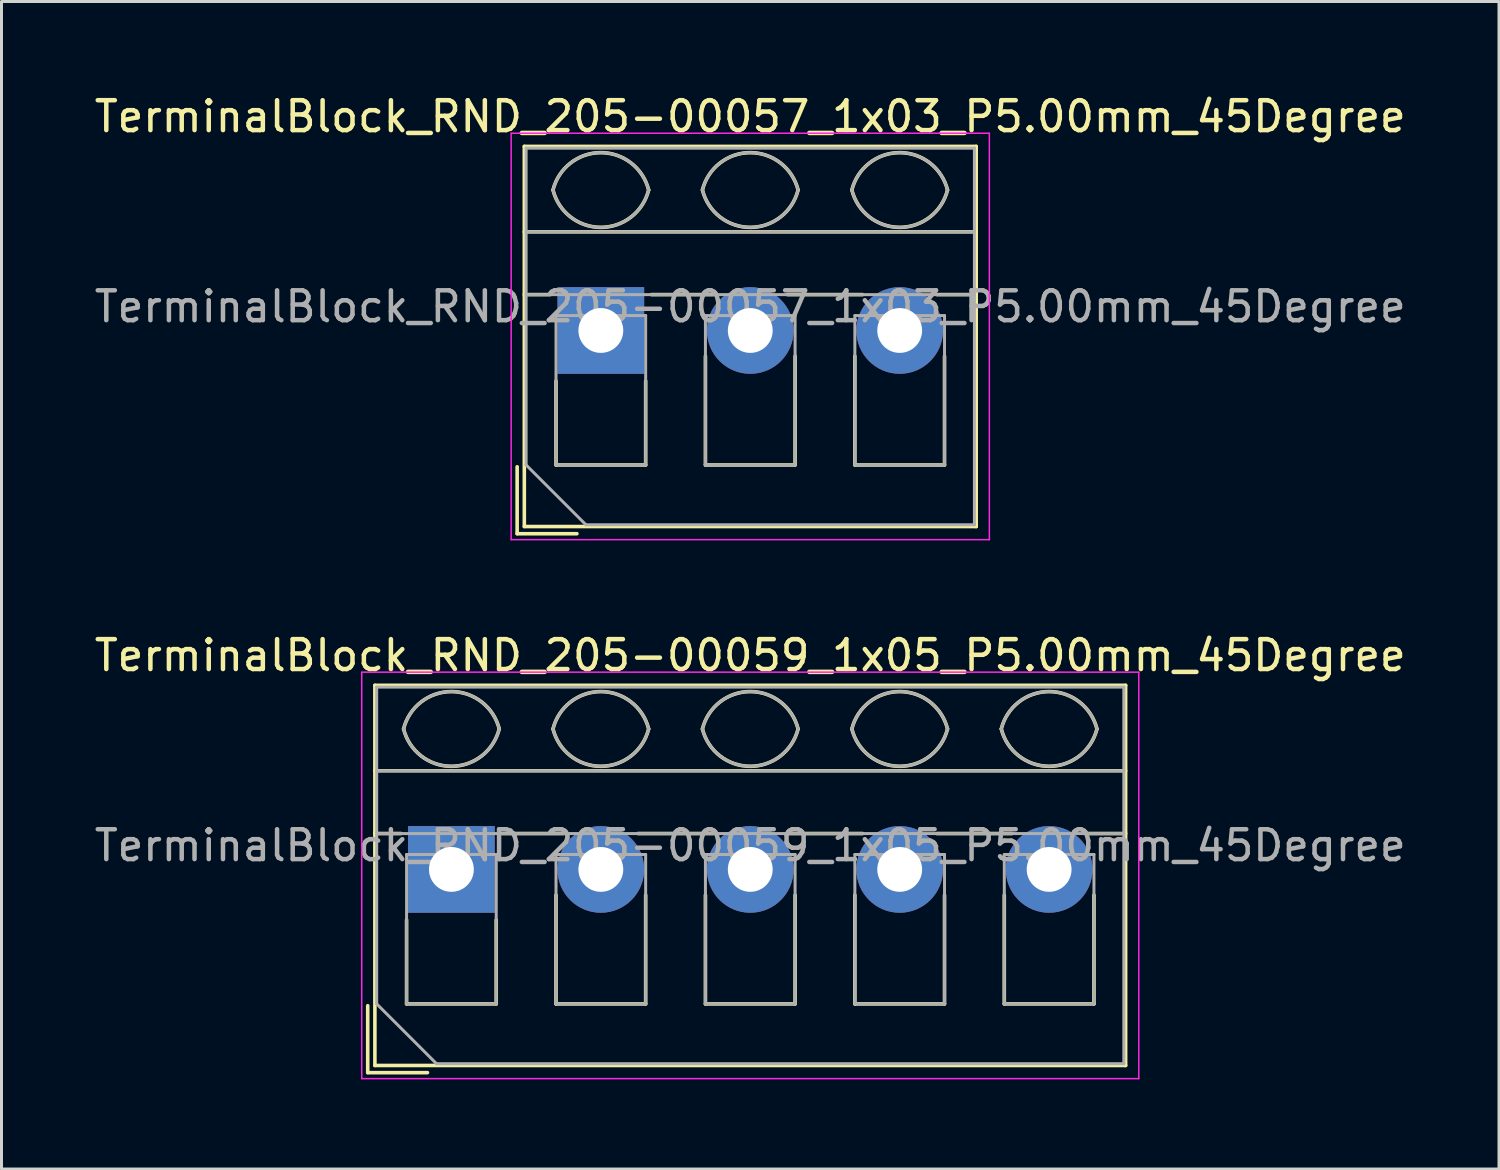
<source format=kicad_pcb>
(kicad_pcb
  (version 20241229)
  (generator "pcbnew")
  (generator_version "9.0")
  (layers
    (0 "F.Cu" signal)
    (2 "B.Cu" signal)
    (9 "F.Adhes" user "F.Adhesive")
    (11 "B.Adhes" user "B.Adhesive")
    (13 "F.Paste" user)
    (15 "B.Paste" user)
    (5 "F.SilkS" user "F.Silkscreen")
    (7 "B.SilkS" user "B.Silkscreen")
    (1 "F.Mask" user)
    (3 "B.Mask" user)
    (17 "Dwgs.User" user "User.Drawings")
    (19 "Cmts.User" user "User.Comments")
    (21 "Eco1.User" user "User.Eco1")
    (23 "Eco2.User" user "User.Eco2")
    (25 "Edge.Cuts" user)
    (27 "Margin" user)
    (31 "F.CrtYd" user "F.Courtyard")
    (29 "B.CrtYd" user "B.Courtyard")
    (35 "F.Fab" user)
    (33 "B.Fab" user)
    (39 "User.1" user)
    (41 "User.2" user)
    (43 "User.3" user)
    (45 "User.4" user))
  (footprint "TerminalBlock_RND_205-00057_1x03_P5.00mm_45Degree"
    (layer "F.Cu")
    (at 17.054 8.008)
    (property "Reference" "TerminalBlock_RND_205-00057_1x03_P5.00mm_45Degree" (at 5 -7.16 0) (layer "F.SilkS") (effects (font (size 1 1) (thickness 0.15))))
    (attr through_hole)
    (fp_line (start -2.8 4.56) (end -2.8 6.8) (stroke (width 0.12) (type solid)) (layer "F.SilkS"))
    (fp_line (start -2.8 6.8) (end -0.8 6.8) (stroke (width 0.12) (type solid)) (layer "F.SilkS"))
    (fp_line (start -2.56 -6.16) (end -2.56 6.56) (stroke (width 0.12) (type solid)) (layer "F.SilkS"))
    (fp_line (start -2.56 -6.16) (end 12.56 -6.16) (stroke (width 0.12) (type solid)) (layer "F.SilkS"))
    (fp_line (start -2.56 -3.301) (end 12.56 -3.301) (stroke (width 0.12) (type solid)) (layer "F.SilkS"))
    (fp_line (start -2.56 -1.201) (end -1.69 -1.201) (stroke (width 0.12) (type solid)) (layer "F.SilkS"))
    (fp_line (start -2.56 6.56) (end 12.56 6.56) (stroke (width 0.12) (type solid)) (layer "F.SilkS"))
    (fp_line (start -1.5 1.69) (end -1.5 4.5) (stroke (width 0.12) (type solid)) (layer "F.SilkS"))
    (fp_line (start -1.5 4.5) (end 1.5 4.5) (stroke (width 0.12) (type solid)) (layer "F.SilkS"))
    (fp_line (start 1.5 1.69) (end 1.5 4.5) (stroke (width 0.12) (type solid)) (layer "F.SilkS"))
    (fp_line (start 1.69 -1.201) (end 3.758 -1.201) (stroke (width 0.12) (type solid)) (layer "F.SilkS"))
    (fp_line (start 3.5 0.86) (end 3.5 4.5) (stroke (width 0.12) (type solid)) (layer "F.SilkS"))
    (fp_line (start 3.5 4.5) (end 6.5 4.5) (stroke (width 0.12) (type solid)) (layer "F.SilkS"))
    (fp_line (start 6.243 -1.201) (end 8.758 -1.201) (stroke (width 0.12) (type solid)) (layer "F.SilkS"))
    (fp_line (start 6.5 0.86) (end 6.5 4.5) (stroke (width 0.12) (type solid)) (layer "F.SilkS"))
    (fp_line (start 8.5 0.86) (end 8.5 4.5) (stroke (width 0.12) (type solid)) (layer "F.SilkS"))
    (fp_line (start 8.5 4.5) (end 11.5 4.5) (stroke (width 0.12) (type solid)) (layer "F.SilkS"))
    (fp_line (start 11.243 -1.201) (end 12.56 -1.201) (stroke (width 0.12) (type solid)) (layer "F.SilkS"))
    (fp_line (start 11.5 0.86) (end 11.5 4.5) (stroke (width 0.12) (type solid)) (layer "F.SilkS"))
    (fp_line (start 12.56 -6.16) (end 12.56 6.56) (stroke (width 0.12) (type solid)) (layer "F.SilkS"))
    (fp_arc (start -1.600914 -4.700344) (mid 0.000177 -5.95097) (end 1.601 -4.7) (stroke (width 0.12) (type solid)) (layer "F.SilkS"))
    (fp_arc (start 1.6 -4.7) (mid -0.000064 -3.45) (end -1.600031 -4.700125) (stroke (width 0.12) (type solid)) (layer "F.SilkS"))
    (fp_arc (start 3.399086 -4.700344) (mid 5.000177 -5.95097) (end 6.601 -4.7) (stroke (width 0.12) (type solid)) (layer "F.SilkS"))
    (fp_arc (start 6.6 -4.7) (mid 4.999936 -3.45) (end 3.399969 -4.700125) (stroke (width 0.12) (type solid)) (layer "F.SilkS"))
    (fp_arc (start 8.399086 -4.700344) (mid 10.000177 -5.95097) (end 11.601 -4.7) (stroke (width 0.12) (type solid)) (layer "F.SilkS"))
    (fp_arc (start 11.6 -4.7) (mid 9.999936 -3.45) (end 8.399969 -4.700125) (stroke (width 0.12) (type solid)) (layer "F.SilkS"))
    (fp_line (start -3 -6.6) (end -3 7) (stroke (width 0.05) (type solid)) (layer "F.CrtYd"))
    (fp_line (start -3 7) (end 13 7) (stroke (width 0.05) (type solid)) (layer "F.CrtYd"))
    (fp_line (start 13 -6.6) (end -3 -6.6) (stroke (width 0.05) (type solid)) (layer "F.CrtYd"))
    (fp_line (start 13 7) (end 13 -6.6) (stroke (width 0.05) (type solid)) (layer "F.CrtYd"))
    (fp_line (start -2.5 -6.1) (end 12.5 -6.1) (stroke (width 0.1) (type solid)) (layer "F.Fab"))
    (fp_line (start -2.5 -3.3) (end 12.5 -3.3) (stroke (width 0.1) (type solid)) (layer "F.Fab"))
    (fp_line (start -2.5 -1.2) (end 12.5 -1.2) (stroke (width 0.1) (type solid)) (layer "F.Fab"))
    (fp_line (start -2.5 4.5) (end -2.5 -6.1) (stroke (width 0.1) (type solid)) (layer "F.Fab"))
    (fp_line (start -1.5 -0.5) (end -1.5 4.5) (stroke (width 0.1) (type solid)) (layer "F.Fab"))
    (fp_line (start -1.5 4.5) (end 1.5 4.5) (stroke (width 0.1) (type solid)) (layer "F.Fab"))
    (fp_line (start -0.5 6.5) (end -2.5 4.5) (stroke (width 0.1) (type solid)) (layer "F.Fab"))
    (fp_line (start 1.5 -0.5) (end -1.5 -0.5) (stroke (width 0.1) (type solid)) (layer "F.Fab"))
    (fp_line (start 1.5 4.5) (end 1.5 -0.5) (stroke (width 0.1) (type solid)) (layer "F.Fab"))
    (fp_line (start 3.5 -0.5) (end 3.5 4.5) (stroke (width 0.1) (type solid)) (layer "F.Fab"))
    (fp_line (start 3.5 4.5) (end 6.5 4.5) (stroke (width 0.1) (type solid)) (layer "F.Fab"))
    (fp_line (start 6.5 -0.5) (end 3.5 -0.5) (stroke (width 0.1) (type solid)) (layer "F.Fab"))
    (fp_line (start 6.5 4.5) (end 6.5 -0.5) (stroke (width 0.1) (type solid)) (layer "F.Fab"))
    (fp_line (start 8.5 -0.5) (end 8.5 4.5) (stroke (width 0.1) (type solid)) (layer "F.Fab"))
    (fp_line (start 8.5 4.5) (end 11.5 4.5) (stroke (width 0.1) (type solid)) (layer "F.Fab"))
    (fp_line (start 11.5 -0.5) (end 8.5 -0.5) (stroke (width 0.1) (type solid)) (layer "F.Fab"))
    (fp_line (start 11.5 4.5) (end 11.5 -0.5) (stroke (width 0.1) (type solid)) (layer "F.Fab"))
    (fp_line (start 12.5 -6.1) (end 12.5 6.5) (stroke (width 0.1) (type solid)) (layer "F.Fab"))
    (fp_line (start 12.5 6.5) (end -0.5 6.5) (stroke (width 0.1) (type solid)) (layer "F.Fab"))
    (fp_arc (start -1.600914 -4.700344) (mid 0.000177 -5.95097) (end 1.601 -4.7) (stroke (width 0.1) (type solid)) (layer "F.Fab"))
    (fp_arc (start 1.6 -4.7) (mid -0.000064 -3.45) (end -1.600031 -4.700125) (stroke (width 0.1) (type solid)) (layer "F.Fab"))
    (fp_arc (start 3.399086 -4.700344) (mid 5.000177 -5.95097) (end 6.601 -4.7) (stroke (width 0.1) (type solid)) (layer "F.Fab"))
    (fp_arc (start 6.6 -4.7) (mid 4.999936 -3.45) (end 3.399969 -4.700125) (stroke (width 0.1) (type solid)) (layer "F.Fab"))
    (fp_arc (start 8.399086 -4.700344) (mid 10.000177 -5.95097) (end 11.601 -4.7) (stroke (width 0.1) (type solid)) (layer "F.Fab"))
    (fp_arc (start 11.6 -4.7) (mid 9.999936 -3.45) (end 8.399969 -4.700125) (stroke (width 0.1) (type solid)) (layer "F.Fab"))
    (fp_text user "${REFERENCE}" (at 5 -0.8 0) (layer "F.Fab") (effects (font (size 1 1) (thickness 0.15))))
    (pad "1" thru_hole rect (at 0 0) (size 2.9 2.9) (drill 1.5) (layers "*.Cu" "*.Mask"))
    (pad "2" thru_hole circle (at 5 0) (size 2.9 2.9) (drill 1.5) (layers "*.Cu" "*.Mask"))
    (pad "3" thru_hole circle (at 10 0) (size 2.9 2.9) (drill 1.5) (layers "*.Cu" "*.Mask")))
  (footprint "TerminalBlock_RND_205-00059_1x05_P5.00mm_45Degree"
    (layer "F.Cu")
    (at 12.054 26.041)
    (property "Reference" "TerminalBlock_RND_205-00059_1x05_P5.00mm_45Degree" (at 10 -7.16 0) (layer "F.SilkS") (effects (font (size 1 1) (thickness 0.15))))
    (attr through_hole)
    (fp_line (start -2.8 4.56) (end -2.8 6.8) (stroke (width 0.12) (type solid)) (layer "F.SilkS"))
    (fp_line (start -2.8 6.8) (end -0.8 6.8) (stroke (width 0.12) (type solid)) (layer "F.SilkS"))
    (fp_line (start -2.56 -6.16) (end -2.56 6.56) (stroke (width 0.12) (type solid)) (layer "F.SilkS"))
    (fp_line (start -2.56 -6.16) (end 22.56 -6.16) (stroke (width 0.12) (type solid)) (layer "F.SilkS"))
    (fp_line (start -2.56 -3.301) (end 22.56 -3.301) (stroke (width 0.12) (type solid)) (layer "F.SilkS"))
    (fp_line (start -2.56 -1.201) (end -1.69 -1.201) (stroke (width 0.12) (type solid)) (layer "F.SilkS"))
    (fp_line (start -2.56 6.56) (end 22.56 6.56) (stroke (width 0.12) (type solid)) (layer "F.SilkS"))
    (fp_line (start -1.5 1.69) (end -1.5 4.5) (stroke (width 0.12) (type solid)) (layer "F.SilkS"))
    (fp_line (start -1.5 4.5) (end 1.5 4.5) (stroke (width 0.12) (type solid)) (layer "F.SilkS"))
    (fp_line (start 1.5 1.69) (end 1.5 4.5) (stroke (width 0.12) (type solid)) (layer "F.SilkS"))
    (fp_line (start 1.69 -1.201) (end 3.758 -1.201) (stroke (width 0.12) (type solid)) (layer "F.SilkS"))
    (fp_line (start 3.5 0.86) (end 3.5 4.5) (stroke (width 0.12) (type solid)) (layer "F.SilkS"))
    (fp_line (start 3.5 4.5) (end 6.5 4.5) (stroke (width 0.12) (type solid)) (layer "F.SilkS"))
    (fp_line (start 6.243 -1.201) (end 8.758 -1.201) (stroke (width 0.12) (type solid)) (layer "F.SilkS"))
    (fp_line (start 6.5 0.86) (end 6.5 4.5) (stroke (width 0.12) (type solid)) (layer "F.SilkS"))
    (fp_line (start 8.5 0.86) (end 8.5 4.5) (stroke (width 0.12) (type solid)) (layer "F.SilkS"))
    (fp_line (start 8.5 4.5) (end 11.5 4.5) (stroke (width 0.12) (type solid)) (layer "F.SilkS"))
    (fp_line (start 11.243 -1.201) (end 13.758 -1.201) (stroke (width 0.12) (type solid)) (layer "F.SilkS"))
    (fp_line (start 11.5 0.86) (end 11.5 4.5) (stroke (width 0.12) (type solid)) (layer "F.SilkS"))
    (fp_line (start 13.5 0.86) (end 13.5 4.5) (stroke (width 0.12) (type solid)) (layer "F.SilkS"))
    (fp_line (start 13.5 4.5) (end 16.5 4.5) (stroke (width 0.12) (type solid)) (layer "F.SilkS"))
    (fp_line (start 16.243 -1.201) (end 18.758 -1.201) (stroke (width 0.12) (type solid)) (layer "F.SilkS"))
    (fp_line (start 16.5 0.86) (end 16.5 4.5) (stroke (width 0.12) (type solid)) (layer "F.SilkS"))
    (fp_line (start 18.5 0.86) (end 18.5 4.5) (stroke (width 0.12) (type solid)) (layer "F.SilkS"))
    (fp_line (start 18.5 4.5) (end 21.5 4.5) (stroke (width 0.12) (type solid)) (layer "F.SilkS"))
    (fp_line (start 21.243 -1.201) (end 22.56 -1.201) (stroke (width 0.12) (type solid)) (layer "F.SilkS"))
    (fp_line (start 21.5 0.86) (end 21.5 4.5) (stroke (width 0.12) (type solid)) (layer "F.SilkS"))
    (fp_line (start 22.56 -6.16) (end 22.56 6.56) (stroke (width 0.12) (type solid)) (layer "F.SilkS"))
    (fp_arc (start -1.600914 -4.700344) (mid 0.000177 -5.95097) (end 1.601 -4.7) (stroke (width 0.12) (type solid)) (layer "F.SilkS"))
    (fp_arc (start 1.6 -4.7) (mid -0.000064 -3.45) (end -1.600031 -4.700125) (stroke (width 0.12) (type solid)) (layer "F.SilkS"))
    (fp_arc (start 3.399086 -4.700344) (mid 5.000177 -5.95097) (end 6.601 -4.7) (stroke (width 0.12) (type solid)) (layer "F.SilkS"))
    (fp_arc (start 6.6 -4.7) (mid 4.999936 -3.45) (end 3.399969 -4.700125) (stroke (width 0.12) (type solid)) (layer "F.SilkS"))
    (fp_arc (start 8.399086 -4.700344) (mid 10.000177 -5.95097) (end 11.601 -4.7) (stroke (width 0.12) (type solid)) (layer "F.SilkS"))
    (fp_arc (start 11.6 -4.7) (mid 9.999936 -3.45) (end 8.399969 -4.700125) (stroke (width 0.12) (type solid)) (layer "F.SilkS"))
    (fp_arc (start 13.399086 -4.700344) (mid 15.000177 -5.95097) (end 16.601 -4.7) (stroke (width 0.12) (type solid)) (layer "F.SilkS"))
    (fp_arc (start 16.6 -4.7) (mid 14.999936 -3.45) (end 13.399969 -4.700125) (stroke (width 0.12) (type solid)) (layer "F.SilkS"))
    (fp_arc (start 18.399086 -4.700344) (mid 20.000177 -5.95097) (end 21.601 -4.7) (stroke (width 0.12) (type solid)) (layer "F.SilkS"))
    (fp_arc (start 21.6 -4.7) (mid 19.999936 -3.45) (end 18.399969 -4.700125) (stroke (width 0.12) (type solid)) (layer "F.SilkS"))
    (fp_line (start -3 -6.6) (end -3 7) (stroke (width 0.05) (type solid)) (layer "F.CrtYd"))
    (fp_line (start -3 7) (end 23 7) (stroke (width 0.05) (type solid)) (layer "F.CrtYd"))
    (fp_line (start 23 -6.6) (end -3 -6.6) (stroke (width 0.05) (type solid)) (layer "F.CrtYd"))
    (fp_line (start 23 7) (end 23 -6.6) (stroke (width 0.05) (type solid)) (layer "F.CrtYd"))
    (fp_line (start -2.5 -6.1) (end 22.5 -6.1) (stroke (width 0.1) (type solid)) (layer "F.Fab"))
    (fp_line (start -2.5 -3.3) (end 22.5 -3.3) (stroke (width 0.1) (type solid)) (layer "F.Fab"))
    (fp_line (start -2.5 -1.2) (end 22.5 -1.2) (stroke (width 0.1) (type solid)) (layer "F.Fab"))
    (fp_line (start -2.5 4.5) (end -2.5 -6.1) (stroke (width 0.1) (type solid)) (layer "F.Fab"))
    (fp_line (start -1.5 -0.5) (end -1.5 4.5) (stroke (width 0.1) (type solid)) (layer "F.Fab"))
    (fp_line (start -1.5 4.5) (end 1.5 4.5) (stroke (width 0.1) (type solid)) (layer "F.Fab"))
    (fp_line (start -0.5 6.5) (end -2.5 4.5) (stroke (width 0.1) (type solid)) (layer "F.Fab"))
    (fp_line (start 1.5 -0.5) (end -1.5 -0.5) (stroke (width 0.1) (type solid)) (layer "F.Fab"))
    (fp_line (start 1.5 4.5) (end 1.5 -0.5) (stroke (width 0.1) (type solid)) (layer "F.Fab"))
    (fp_line (start 3.5 -0.5) (end 3.5 4.5) (stroke (width 0.1) (type solid)) (layer "F.Fab"))
    (fp_line (start 3.5 4.5) (end 6.5 4.5) (stroke (width 0.1) (type solid)) (layer "F.Fab"))
    (fp_line (start 6.5 -0.5) (end 3.5 -0.5) (stroke (width 0.1) (type solid)) (layer "F.Fab"))
    (fp_line (start 6.5 4.5) (end 6.5 -0.5) (stroke (width 0.1) (type solid)) (layer "F.Fab"))
    (fp_line (start 8.5 -0.5) (end 8.5 4.5) (stroke (width 0.1) (type solid)) (layer "F.Fab"))
    (fp_line (start 8.5 4.5) (end 11.5 4.5) (stroke (width 0.1) (type solid)) (layer "F.Fab"))
    (fp_line (start 11.5 -0.5) (end 8.5 -0.5) (stroke (width 0.1) (type solid)) (layer "F.Fab"))
    (fp_line (start 11.5 4.5) (end 11.5 -0.5) (stroke (width 0.1) (type solid)) (layer "F.Fab"))
    (fp_line (start 13.5 -0.5) (end 13.5 4.5) (stroke (width 0.1) (type solid)) (layer "F.Fab"))
    (fp_line (start 13.5 4.5) (end 16.5 4.5) (stroke (width 0.1) (type solid)) (layer "F.Fab"))
    (fp_line (start 16.5 -0.5) (end 13.5 -0.5) (stroke (width 0.1) (type solid)) (layer "F.Fab"))
    (fp_line (start 16.5 4.5) (end 16.5 -0.5) (stroke (width 0.1) (type solid)) (layer "F.Fab"))
    (fp_line (start 18.5 -0.5) (end 18.5 4.5) (stroke (width 0.1) (type solid)) (layer "F.Fab"))
    (fp_line (start 18.5 4.5) (end 21.5 4.5) (stroke (width 0.1) (type solid)) (layer "F.Fab"))
    (fp_line (start 21.5 -0.5) (end 18.5 -0.5) (stroke (width 0.1) (type solid)) (layer "F.Fab"))
    (fp_line (start 21.5 4.5) (end 21.5 -0.5) (stroke (width 0.1) (type solid)) (layer "F.Fab"))
    (fp_line (start 22.5 -6.1) (end 22.5 6.5) (stroke (width 0.1) (type solid)) (layer "F.Fab"))
    (fp_line (start 22.5 6.5) (end -0.5 6.5) (stroke (width 0.1) (type solid)) (layer "F.Fab"))
    (fp_arc (start -1.600914 -4.700344) (mid 0.000177 -5.95097) (end 1.601 -4.7) (stroke (width 0.1) (type solid)) (layer "F.Fab"))
    (fp_arc (start 1.6 -4.7) (mid -0.000064 -3.45) (end -1.600031 -4.700125) (stroke (width 0.1) (type solid)) (layer "F.Fab"))
    (fp_arc (start 3.399086 -4.700344) (mid 5.000177 -5.95097) (end 6.601 -4.7) (stroke (width 0.1) (type solid)) (layer "F.Fab"))
    (fp_arc (start 6.6 -4.7) (mid 4.999936 -3.45) (end 3.399969 -4.700125) (stroke (width 0.1) (type solid)) (layer "F.Fab"))
    (fp_arc (start 8.399086 -4.700344) (mid 10.000177 -5.95097) (end 11.601 -4.7) (stroke (width 0.1) (type solid)) (layer "F.Fab"))
    (fp_arc (start 11.6 -4.7) (mid 9.999936 -3.45) (end 8.399969 -4.700125) (stroke (width 0.1) (type solid)) (layer "F.Fab"))
    (fp_arc (start 13.399086 -4.700344) (mid 15.000177 -5.95097) (end 16.601 -4.7) (stroke (width 0.1) (type solid)) (layer "F.Fab"))
    (fp_arc (start 16.6 -4.7) (mid 14.999936 -3.45) (end 13.399969 -4.700125) (stroke (width 0.1) (type solid)) (layer "F.Fab"))
    (fp_arc (start 18.399086 -4.700344) (mid 20.000177 -5.95097) (end 21.601 -4.7) (stroke (width 0.1) (type solid)) (layer "F.Fab"))
    (fp_arc (start 21.6 -4.7) (mid 19.999936 -3.45) (end 18.399969 -4.700125) (stroke (width 0.1) (type solid)) (layer "F.Fab"))
    (fp_text user "${REFERENCE}" (at 10 -0.8 0) (layer "F.Fab") (effects (font (size 1 1) (thickness 0.15))))
    (pad "1" thru_hole rect (at 0 0) (size 2.9 2.9) (drill 1.5) (layers "*.Cu" "*.Mask"))
    (pad "2" thru_hole circle (at 5 0) (size 2.9 2.9) (drill 1.5) (layers "*.Cu" "*.Mask"))
    (pad "3" thru_hole circle (at 10 0) (size 2.9 2.9) (drill 1.5) (layers "*.Cu" "*.Mask"))
    (pad "4" thru_hole circle (at 15 0) (size 2.9 2.9) (drill 1.5) (layers "*.Cu" "*.Mask"))
    (pad "5" thru_hole circle (at 20 0) (size 2.9 2.9) (drill 1.5) (layers "*.Cu" "*.Mask")))
  (gr_rect
    (start -3 -3)
    (end 47.107 36.066)
    (stroke (width 0.1) (type default))
    (fill no)
    (layer "Edge.Cuts")))
</source>
